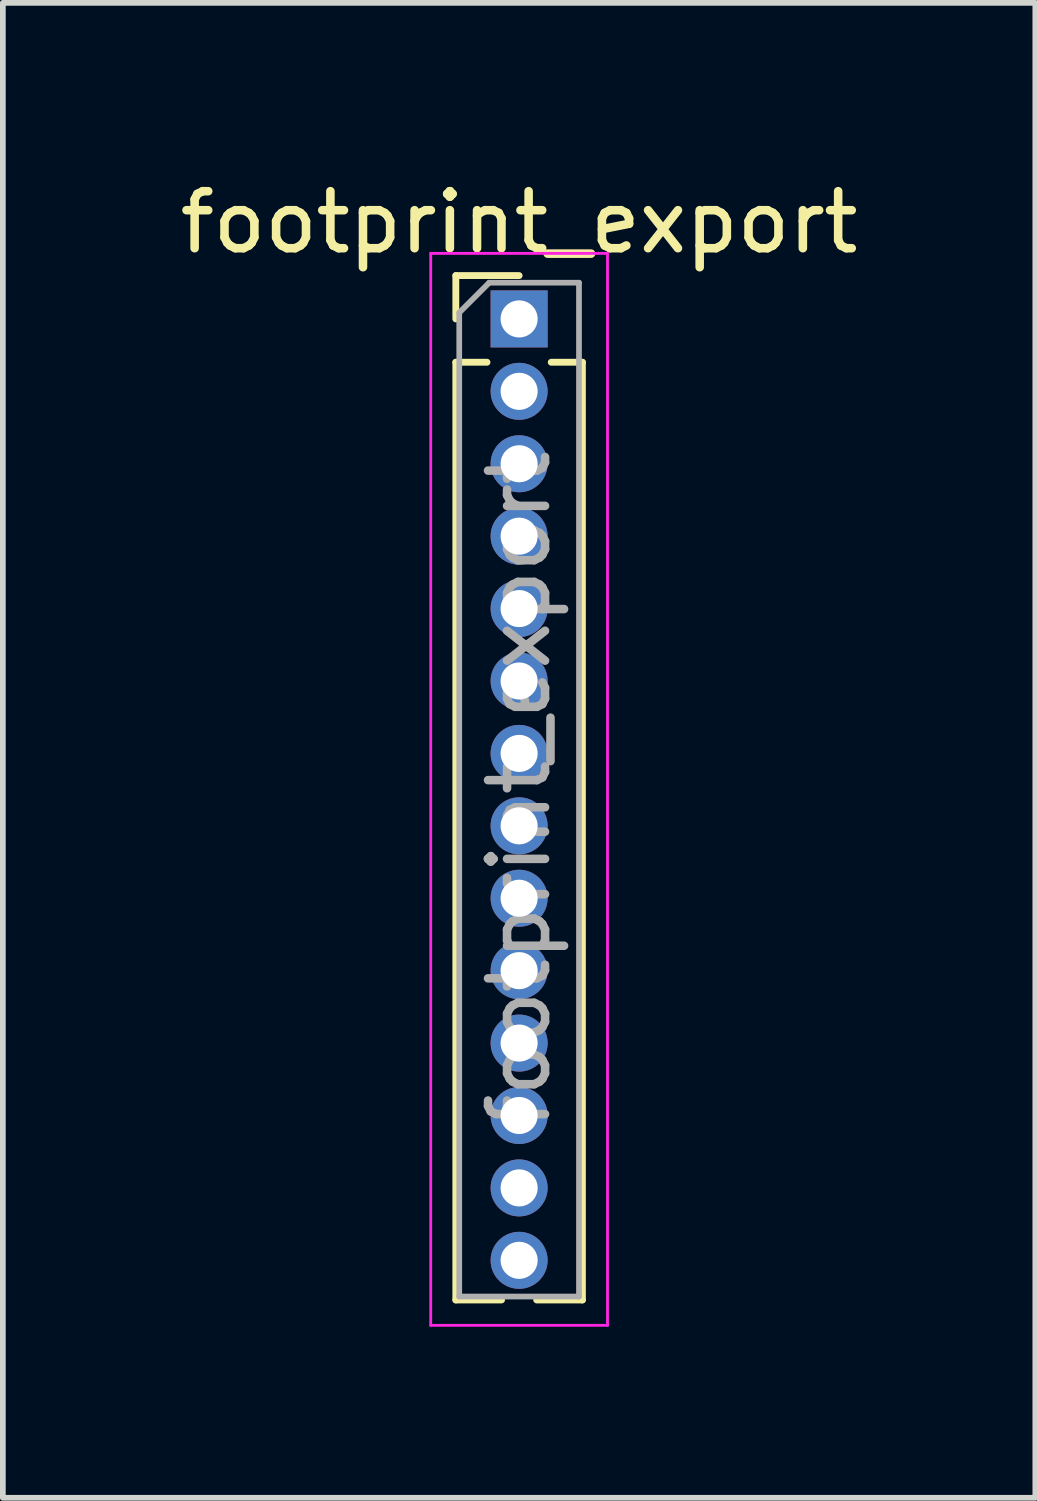
<source format=kicad_pcb>
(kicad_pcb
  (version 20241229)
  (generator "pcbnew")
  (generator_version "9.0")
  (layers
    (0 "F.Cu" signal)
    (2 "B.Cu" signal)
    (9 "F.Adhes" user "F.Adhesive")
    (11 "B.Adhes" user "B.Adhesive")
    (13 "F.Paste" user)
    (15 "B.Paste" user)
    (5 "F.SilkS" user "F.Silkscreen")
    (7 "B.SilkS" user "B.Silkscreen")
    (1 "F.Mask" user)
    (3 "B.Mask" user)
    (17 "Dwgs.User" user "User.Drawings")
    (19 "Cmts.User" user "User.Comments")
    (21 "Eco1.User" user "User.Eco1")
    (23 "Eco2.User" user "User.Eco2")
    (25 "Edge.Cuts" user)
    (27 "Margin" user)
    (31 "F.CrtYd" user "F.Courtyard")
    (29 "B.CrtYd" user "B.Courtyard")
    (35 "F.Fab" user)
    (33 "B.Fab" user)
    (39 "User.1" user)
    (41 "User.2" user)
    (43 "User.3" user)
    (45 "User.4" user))
  (footprint "footprint_export"
    (layer "F.Cu")
    (at 6.054 2.543)
    (property "Reference" "footprint_export" (at 0 -1.695 0) (layer "F.SilkS") (effects (font (size 1 1) (thickness 0.15))))
    (attr through_hole)
    (fp_line (start -1.11 -0.76) (end 0 -0.76) (stroke (width 0.12) (type solid)) (layer "F.SilkS"))
    (fp_line (start -1.11 0) (end -1.11 -0.76) (stroke (width 0.12) (type solid)) (layer "F.SilkS"))
    (fp_line (start -1.11 0.76) (end -1.11 17.205) (stroke (width 0.12) (type solid)) (layer "F.SilkS"))
    (fp_line (start -1.11 0.76) (end -0.563 0.76) (stroke (width 0.12) (type solid)) (layer "F.SilkS"))
    (fp_line (start -1.11 17.205) (end -0.308 17.205) (stroke (width 0.12) (type solid)) (layer "F.SilkS"))
    (fp_line (start 0.308 17.205) (end 1.11 17.205) (stroke (width 0.12) (type solid)) (layer "F.SilkS"))
    (fp_line (start 0.563 0.76) (end 1.11 0.76) (stroke (width 0.12) (type solid)) (layer "F.SilkS"))
    (fp_line (start 1.11 0.76) (end 1.11 17.205) (stroke (width 0.12) (type solid)) (layer "F.SilkS"))
    (fp_line (start -1.55 -1.15) (end -1.55 17.65) (stroke (width 0.05) (type solid)) (layer "F.CrtYd"))
    (fp_line (start -1.55 17.65) (end 1.55 17.65) (stroke (width 0.05) (type solid)) (layer "F.CrtYd"))
    (fp_line (start 1.55 -1.15) (end -1.55 -1.15) (stroke (width 0.05) (type solid)) (layer "F.CrtYd"))
    (fp_line (start 1.55 17.65) (end 1.55 -1.15) (stroke (width 0.05) (type solid)) (layer "F.CrtYd"))
    (fp_line (start -1.05 -0.11) (end -0.525 -0.635) (stroke (width 0.1) (type solid)) (layer "F.Fab"))
    (fp_line (start -1.05 17.145) (end -1.05 -0.11) (stroke (width 0.1) (type solid)) (layer "F.Fab"))
    (fp_line (start -0.525 -0.635) (end 1.05 -0.635) (stroke (width 0.1) (type solid)) (layer "F.Fab"))
    (fp_line (start 1.05 -0.635) (end 1.05 17.145) (stroke (width 0.1) (type solid)) (layer "F.Fab"))
    (fp_line (start 1.05 17.145) (end -1.05 17.145) (stroke (width 0.1) (type solid)) (layer "F.Fab"))
    (fp_text user "${REFERENCE}" (at 0 8.255 90) (layer "F.Fab") (effects (font (size 1 1) (thickness 0.15))))
    (pad "1" thru_hole rect (at 0 0) (size 1 1) (drill 0.65) (layers "*.Cu" "*.Mask"))
    (pad "2" thru_hole oval (at 0 1.27) (size 1 1) (drill 0.65) (layers "*.Cu" "*.Mask"))
    (pad "3" thru_hole oval (at 0 2.54) (size 1 1) (drill 0.65) (layers "*.Cu" "*.Mask"))
    (pad "4" thru_hole oval (at 0 3.81) (size 1 1) (drill 0.65) (layers "*.Cu" "*.Mask"))
    (pad "5" thru_hole oval (at 0 5.08) (size 1 1) (drill 0.65) (layers "*.Cu" "*.Mask"))
    (pad "6" thru_hole oval (at 0 6.35) (size 1 1) (drill 0.65) (layers "*.Cu" "*.Mask"))
    (pad "7" thru_hole oval (at 0 7.62) (size 1 1) (drill 0.65) (layers "*.Cu" "*.Mask"))
    (pad "8" thru_hole oval (at 0 8.89) (size 1 1) (drill 0.65) (layers "*.Cu" "*.Mask"))
    (pad "9" thru_hole oval (at 0 10.16) (size 1 1) (drill 0.65) (layers "*.Cu" "*.Mask"))
    (pad "10" thru_hole oval (at 0 11.43) (size 1 1) (drill 0.65) (layers "*.Cu" "*.Mask"))
    (pad "11" thru_hole oval (at 0 12.7) (size 1 1) (drill 0.65) (layers "*.Cu" "*.Mask"))
    (pad "12" thru_hole oval (at 0 13.97) (size 1 1) (drill 0.65) (layers "*.Cu" "*.Mask"))
    (pad "13" thru_hole oval (at 0 15.24) (size 1 1) (drill 0.65) (layers "*.Cu" "*.Mask"))
    (pad "14" thru_hole oval (at 0 16.51) (size 1 1) (drill 0.65) (layers "*.Cu" "*.Mask")))
  (gr_rect
    (start -3 -3)
    (end 15.107 23.218)
    (stroke (width 0.1) (type default))
    (fill no)
    (layer "Edge.Cuts")))
</source>
